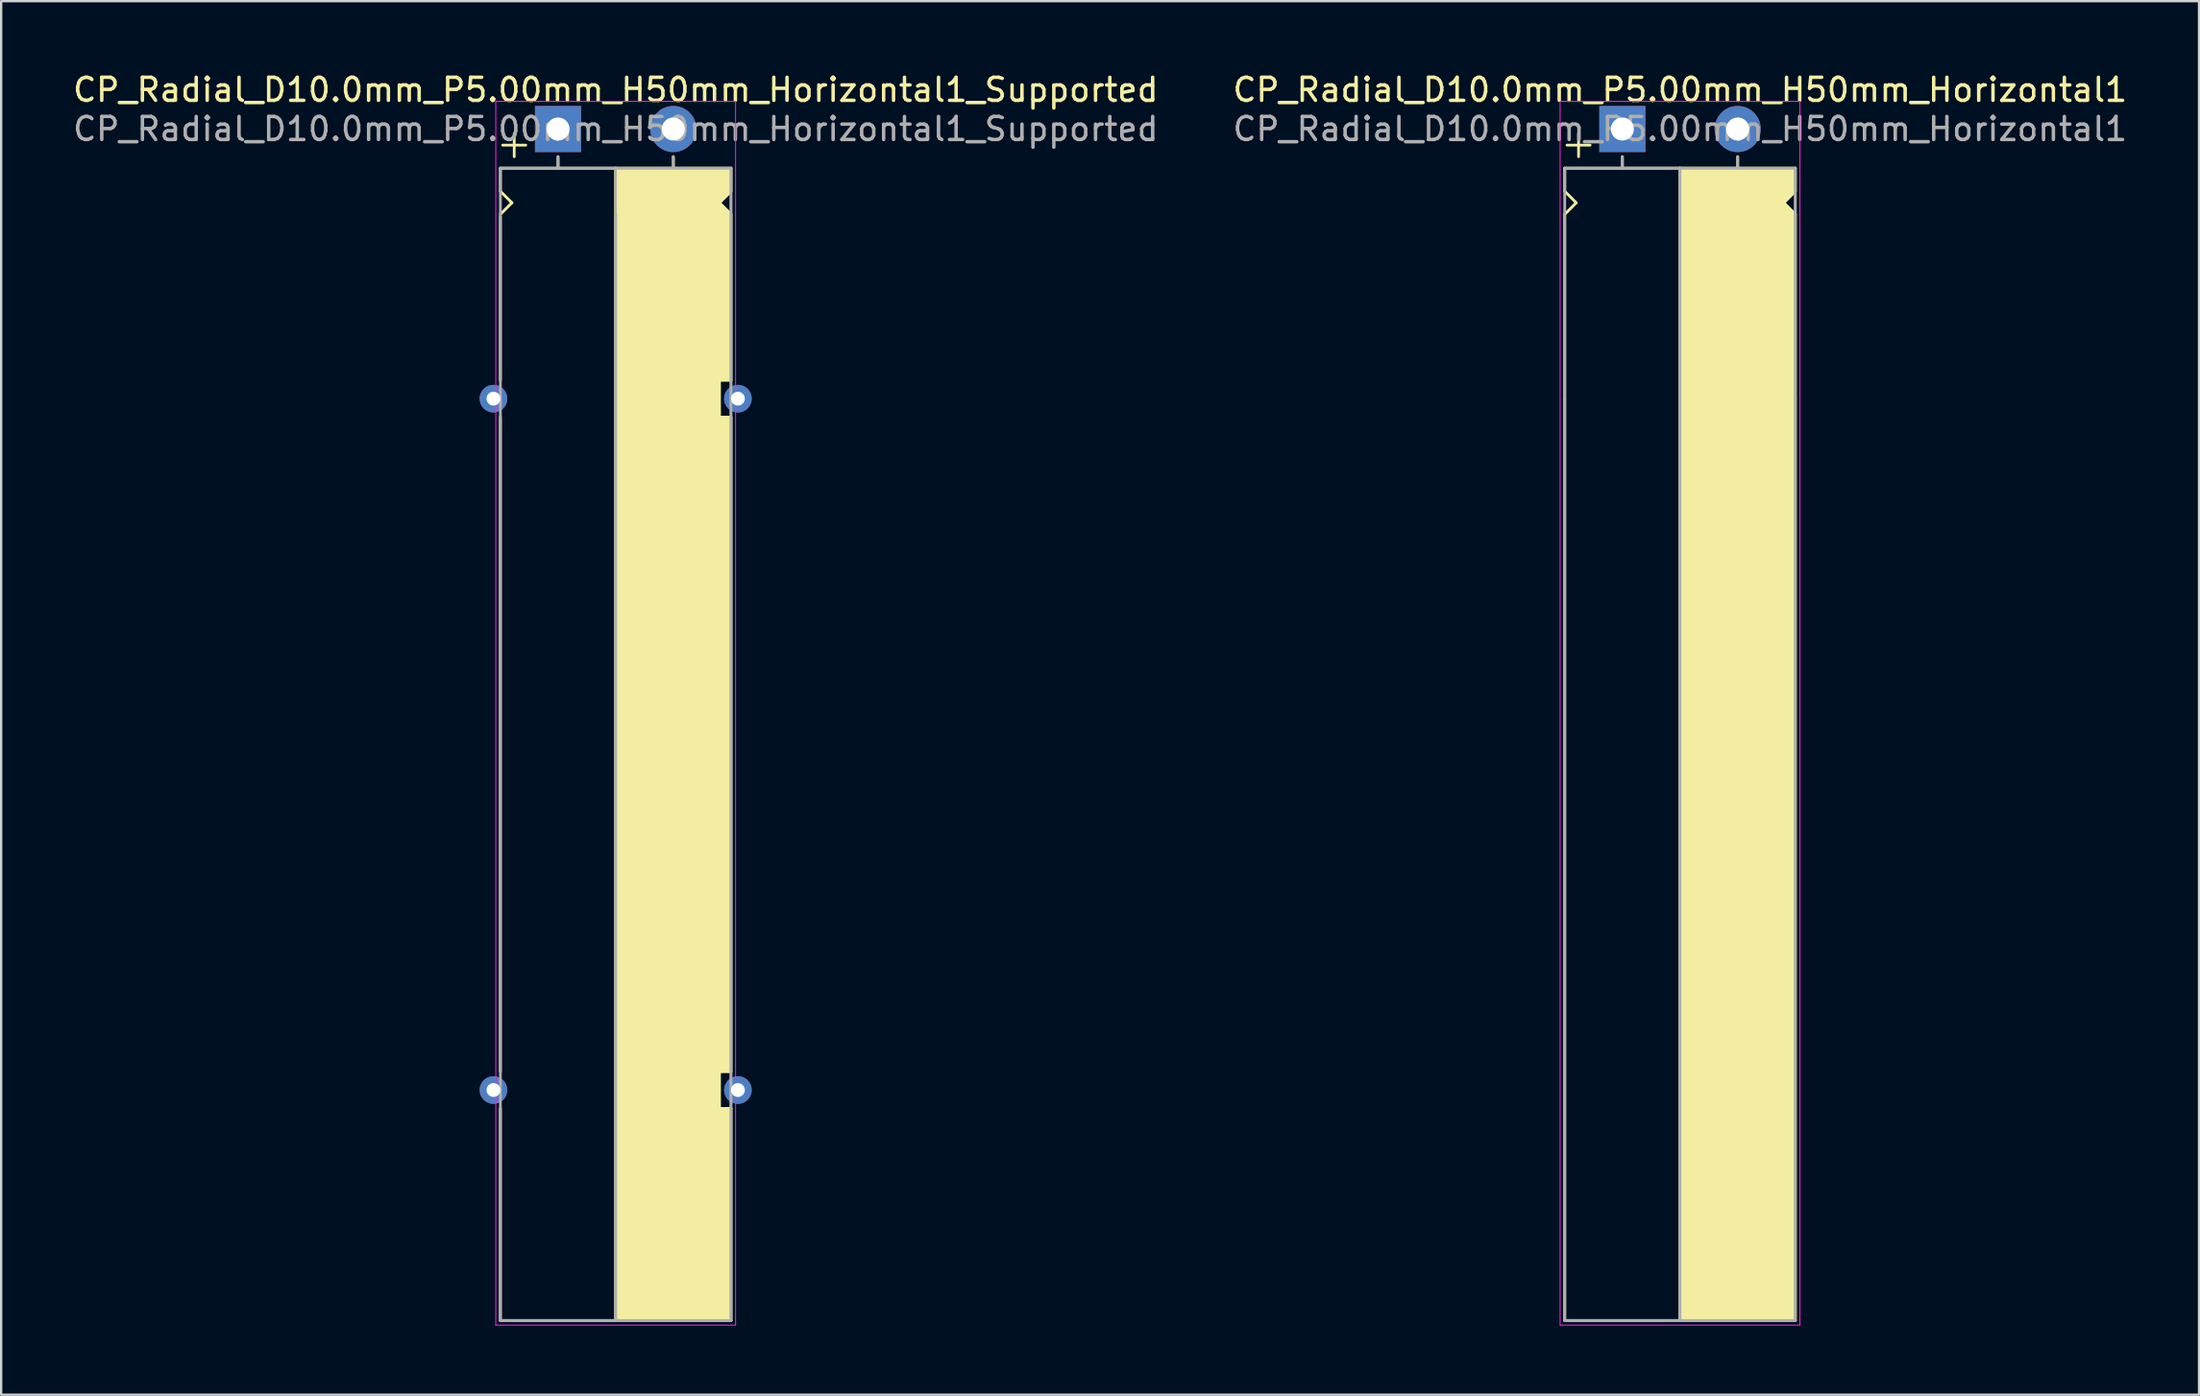
<source format=kicad_pcb>
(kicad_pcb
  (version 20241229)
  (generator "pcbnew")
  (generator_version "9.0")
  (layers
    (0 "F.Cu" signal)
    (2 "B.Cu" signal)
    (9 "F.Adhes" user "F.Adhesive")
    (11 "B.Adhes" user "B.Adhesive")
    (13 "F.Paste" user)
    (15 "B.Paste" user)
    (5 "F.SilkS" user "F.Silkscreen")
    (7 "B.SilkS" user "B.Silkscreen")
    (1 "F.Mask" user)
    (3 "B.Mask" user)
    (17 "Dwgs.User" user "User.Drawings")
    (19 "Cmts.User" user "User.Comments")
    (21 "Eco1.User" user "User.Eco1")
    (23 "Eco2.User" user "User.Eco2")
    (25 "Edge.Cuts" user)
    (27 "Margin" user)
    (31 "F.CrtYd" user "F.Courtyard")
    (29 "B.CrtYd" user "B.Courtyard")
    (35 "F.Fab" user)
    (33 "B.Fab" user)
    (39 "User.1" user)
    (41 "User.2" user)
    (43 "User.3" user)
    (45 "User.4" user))
  (footprint "CP_Radial_D10.0mm_P5.00mm_H50mm_Horizontal1_Supported"
    (layer "F.Cu")
    (at 21.149 2.548)
    (property "Reference" "CP_Radial_D10.0mm_P5.00mm_H50mm_Horizontal1_Supported" (at 2.5 -1.7 0) (layer "F.SilkS") (effects (font (size 1 1) (thickness 0.15))))
    (attr through_hole)
    (fp_line (start -2.5 1.7) (end -2.5 2.7) (stroke (width 0.12) (type solid)) (layer "F.SilkS"))
    (fp_line (start -2.5 2.7) (end -2 3.2) (stroke (width 0.12) (type solid)) (layer "F.SilkS"))
    (fp_line (start -2.5 3.8) (end -2.5 10.9) (stroke (width 0.12) (type solid)) (layer "F.SilkS"))
    (fp_line (start -2.5 12.5) (end -2.5 40.9) (stroke (width 0.12) (type solid)) (layer "F.SilkS"))
    (fp_line (start -2.5 42.5) (end -2.5 51.7) (stroke (width 0.12) (type solid)) (layer "F.SilkS"))
    (fp_line (start -2.5 51.7) (end 7.5 51.7) (stroke (width 0.12) (type solid)) (layer "F.SilkS"))
    (fp_line (start -2 3.2) (end -2.5 3.7) (stroke (width 0.12) (type solid)) (layer "F.SilkS"))
    (fp_line (start -1.9 0.2) (end -1.9 1.2) (stroke (width 0.12) (type solid)) (layer "F.SilkS"))
    (fp_line (start -1.4 0.7) (end -2.4 0.7) (stroke (width 0.12) (type solid)) (layer "F.SilkS"))
    (fp_line (start 0 1.7) (end 0 1.2) (stroke (width 0.12) (type solid)) (layer "F.SilkS"))
    (fp_line (start 2.5 1.7) (end -2.5 1.7) (stroke (width 0.12) (type solid)) (layer "F.SilkS"))
    (fp_line (start 2.5 51.7) (end 2.5 1.7) (stroke (width 0.12) (type solid)) (layer "F.SilkS"))
    (fp_line (start 5 1.7) (end 5 1.2) (stroke (width 0.12) (type solid)) (layer "F.SilkS"))
    (fp_line (start 7 3.2) (end 7.5 3.7) (stroke (width 0.12) (type solid)) (layer "F.SilkS"))
    (fp_line (start 7 10.9) (end 7 12.5) (stroke (width 0.12) (type solid)) (layer "F.SilkS"))
    (fp_line (start 7 12.5) (end 7.5 12.5) (stroke (width 0.12) (type solid)) (layer "F.SilkS"))
    (fp_line (start 7 40.9) (end 7 42.5) (stroke (width 0.12) (type solid)) (layer "F.SilkS"))
    (fp_line (start 7 42.5) (end 7.5 42.5) (stroke (width 0.12) (type solid)) (layer "F.SilkS"))
    (fp_line (start 7.5 1.7) (end 2.5 1.7) (stroke (width 0.12) (type solid)) (layer "F.SilkS"))
    (fp_line (start 7.5 1.7) (end 7.5 2.7) (stroke (width 0.12) (type solid)) (layer "F.SilkS"))
    (fp_line (start 7.5 2.7) (end 7 3.2) (stroke (width 0.12) (type solid)) (layer "F.SilkS"))
    (fp_line (start 7.5 3.7) (end 7.5 10.9) (stroke (width 0.12) (type solid)) (layer "F.SilkS"))
    (fp_line (start 7.5 10.9) (end 7 10.9) (stroke (width 0.12) (type solid)) (layer "F.SilkS"))
    (fp_line (start 7.5 12.5) (end 7.5 40.9) (stroke (width 0.12) (type solid)) (layer "F.SilkS"))
    (fp_line (start 7.5 40.9) (end 7 40.9) (stroke (width 0.12) (type solid)) (layer "F.SilkS"))
    (fp_line (start 7.5 42.5) (end 7.5 51.7) (stroke (width 0.12) (type solid)) (layer "F.SilkS"))
    (fp_poly (pts (xy 7.5 2.7) (xy 7 3.2) (xy 7.5 3.7) (xy 7.5 10.9) (xy 7 10.9) (xy 7 12.5) (xy 7.5 12.5) (xy 7.5 40.9) (xy 7 40.9) (xy 7 42.5) (xy 7.5 42.5) (xy 7.5 51.7) (xy 2.5 51.7) (xy 2.5 1.7) (xy 7.5 1.7)) (stroke (width 0.1) (type solid)) (fill yes) (layer "F.SilkS"))
    (fp_line (start -2.7 -1.2) (end 5.3 -1.2) (stroke (width 0.04) (type solid)) (layer "F.CrtYd"))
    (fp_line (start -2.7 51.9) (end -2.7 -1.2) (stroke (width 0.04) (type solid)) (layer "F.CrtYd"))
    (fp_line (start 5.3 -1.2) (end 7.7 -1.2) (stroke (width 0.04) (type solid)) (layer "F.CrtYd"))
    (fp_line (start 7.7 -1.2) (end 7.7 51.9) (stroke (width 0.04) (type solid)) (layer "F.CrtYd"))
    (fp_line (start 7.7 51.9) (end -2.7 51.9) (stroke (width 0.04) (type solid)) (layer "F.CrtYd"))
    (fp_line (start -2.5 1.7) (end -2.5 51.7) (stroke (width 0.12) (type solid)) (layer "F.Fab"))
    (fp_line (start -2.5 51.7) (end 7.5 51.7) (stroke (width 0.12) (type solid)) (layer "F.Fab"))
    (fp_line (start 0 1.7) (end 0 1.2) (stroke (width 0.12) (type solid)) (layer "F.Fab"))
    (fp_line (start 2.5 3.7) (end 2.5 51.7) (stroke (width 0.12) (type solid)) (layer "F.Fab"))
    (fp_line (start 5 1.7) (end 5 1.2) (stroke (width 0.12) (type solid)) (layer "F.Fab"))
    (fp_line (start 7.5 1.7) (end -2.5 1.7) (stroke (width 0.12) (type solid)) (layer "F.Fab"))
    (fp_line (start 7.5 51.7) (end 7.5 1.7) (stroke (width 0.12) (type solid)) (layer "F.Fab"))
    (fp_poly (pts (xy 7.5 51.7) (xy 2.5 51.7) (xy 2.5 1.7) (xy 7.5 1.7)) (stroke (width 0.1) (type solid)) (fill no) (layer "F.Fab"))
    (fp_text user "${REFERENCE}" (at 2.5 0 0) (layer "F.Fab") (effects (font (size 1 1) (thickness 0.15))))
    (pad "" thru_hole circle (at -2.8 11.7 180) (size 1.2 1.2) (drill 0.6) (layers "*.Cu" "*.Mask"))
    (pad "" thru_hole circle (at -2.8 41.7) (size 1.2 1.2) (drill 0.6) (layers "*.Cu" "*.Mask"))
    (pad "" thru_hole circle (at 7.8 11.7) (size 1.2 1.2) (drill 0.6) (layers "*.Cu" "*.Mask"))
    (pad "" thru_hole circle (at 7.8 41.7) (size 1.2 1.2) (drill 0.6) (layers "*.Cu" "*.Mask"))
    (pad "1" thru_hole rect (at 0 0) (size 2 2) (drill 1) (layers "*.Cu" "*.Mask"))
    (pad "2" thru_hole circle (at 5 0) (size 2 2) (drill 1) (layers "*.Cu" "*.Mask")))
  (footprint "CP_Radial_D10.0mm_P5.00mm_H50mm_Horizontal1"
    (layer "F.Cu")
    (at 67.304 2.548)
    (property "Reference" "CP_Radial_D10.0mm_P5.00mm_H50mm_Horizontal1" (at 2.5 -1.7 0) (layer "F.SilkS") (effects (font (size 1 1) (thickness 0.15))))
    (attr through_hole)
    (fp_line (start -2.5 1.7) (end -2.5 2.7) (stroke (width 0.12) (type solid)) (layer "F.SilkS"))
    (fp_line (start -2.5 2.7) (end -2 3.2) (stroke (width 0.12) (type solid)) (layer "F.SilkS"))
    (fp_line (start -2.5 3.7) (end -2.5 11.7) (stroke (width 0.12) (type solid)) (layer "F.SilkS"))
    (fp_line (start -2.5 11.7) (end -2.5 51.7) (stroke (width 0.12) (type solid)) (layer "F.SilkS"))
    (fp_line (start -2.5 51.7) (end 7.5 51.7) (stroke (width 0.12) (type solid)) (layer "F.SilkS"))
    (fp_line (start -2 3.2) (end -2.5 3.7) (stroke (width 0.12) (type solid)) (layer "F.SilkS"))
    (fp_line (start -1.9 0.2) (end -1.9 1.2) (stroke (width 0.12) (type solid)) (layer "F.SilkS"))
    (fp_line (start -1.4 0.7) (end -2.4 0.7) (stroke (width 0.12) (type solid)) (layer "F.SilkS"))
    (fp_line (start 0 1.7) (end 0 1.2) (stroke (width 0.12) (type solid)) (layer "F.SilkS"))
    (fp_line (start 2.5 1.7) (end -2.5 1.7) (stroke (width 0.12) (type solid)) (layer "F.SilkS"))
    (fp_line (start 2.5 51.7) (end 2.5 1.7) (stroke (width 0.12) (type solid)) (layer "F.SilkS"))
    (fp_line (start 5 1.7) (end 5 1.2) (stroke (width 0.12) (type solid)) (layer "F.SilkS"))
    (fp_line (start 7 3.2) (end 7.5 3.7) (stroke (width 0.12) (type solid)) (layer "F.SilkS"))
    (fp_line (start 7.5 1.7) (end 2.5 1.7) (stroke (width 0.12) (type solid)) (layer "F.SilkS"))
    (fp_line (start 7.5 1.7) (end 7.5 2.7) (stroke (width 0.12) (type solid)) (layer "F.SilkS"))
    (fp_line (start 7.5 2.7) (end 7 3.2) (stroke (width 0.12) (type solid)) (layer "F.SilkS"))
    (fp_line (start 7.5 3.7) (end 7.5 11.7) (stroke (width 0.12) (type solid)) (layer "F.SilkS"))
    (fp_line (start 7.5 11.7) (end 7.5 51.7) (stroke (width 0.12) (type solid)) (layer "F.SilkS"))
    (fp_poly (pts (xy 7.5 2.7) (xy 7 3.2) (xy 7.5 3.7) (xy 7.5 51.7) (xy 2.5 51.7) (xy 2.5 1.7) (xy 7.5 1.7)) (stroke (width 0.1) (type solid)) (fill yes) (layer "F.SilkS"))
    (fp_line (start -2.7 -1.2) (end 5.3 -1.2) (stroke (width 0.04) (type solid)) (layer "F.CrtYd"))
    (fp_line (start -2.7 51.9) (end -2.7 -1.2) (stroke (width 0.04) (type solid)) (layer "F.CrtYd"))
    (fp_line (start 5.3 -1.2) (end 7.7 -1.2) (stroke (width 0.04) (type solid)) (layer "F.CrtYd"))
    (fp_line (start 7.7 -1.2) (end 7.7 51.9) (stroke (width 0.04) (type solid)) (layer "F.CrtYd"))
    (fp_line (start 7.7 51.9) (end -2.7 51.9) (stroke (width 0.04) (type solid)) (layer "F.CrtYd"))
    (fp_line (start -2.5 1.7) (end -2.5 51.7) (stroke (width 0.12) (type solid)) (layer "F.Fab"))
    (fp_line (start -2.5 51.7) (end 7.5 51.7) (stroke (width 0.12) (type solid)) (layer "F.Fab"))
    (fp_line (start 0 1.7) (end 0 1.2) (stroke (width 0.12) (type solid)) (layer "F.Fab"))
    (fp_line (start 2.5 1.7) (end 2.5 51.7) (stroke (width 0.12) (type solid)) (layer "F.Fab"))
    (fp_line (start 5 1.7) (end 5 1.2) (stroke (width 0.12) (type solid)) (layer "F.Fab"))
    (fp_line (start 7.5 1.7) (end -2.5 1.7) (stroke (width 0.12) (type solid)) (layer "F.Fab"))
    (fp_line (start 7.5 51.7) (end 7.5 1.7) (stroke (width 0.12) (type solid)) (layer "F.Fab"))
    (fp_poly (pts (xy 7.5 51.7) (xy 2.5 51.7) (xy 2.5 1.7) (xy 7.5 1.7)) (stroke (width 0.1) (type solid)) (fill no) (layer "F.Fab"))
    (fp_text user "${REFERENCE}" (at 2.5 0 0) (layer "F.Fab") (effects (font (size 1 1) (thickness 0.15))))
    (pad "1" thru_hole rect (at 0 0) (size 2 2) (drill 1) (layers "*.Cu" "*.Mask"))
    (pad "2" thru_hole circle (at 5 0) (size 2 2) (drill 1) (layers "*.Cu" "*.Mask")))
  (gr_rect
    (start -3 -3)
    (end 92.31 57.468)
    (stroke (width 0.1) (type default))
    (fill no)
    (layer "Edge.Cuts")))
</source>
